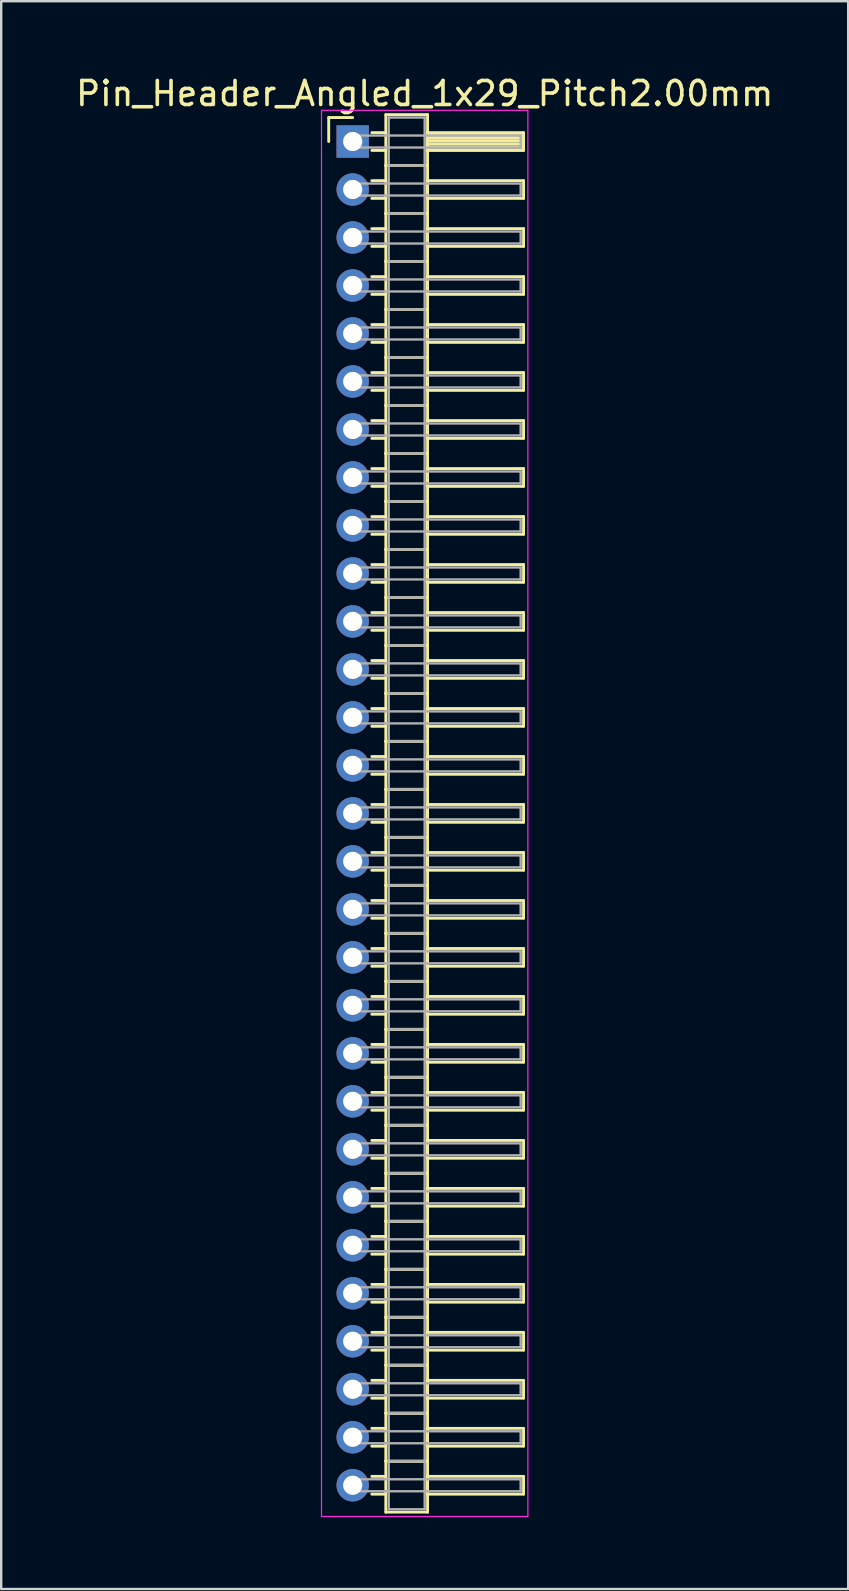
<source format=kicad_pcb>
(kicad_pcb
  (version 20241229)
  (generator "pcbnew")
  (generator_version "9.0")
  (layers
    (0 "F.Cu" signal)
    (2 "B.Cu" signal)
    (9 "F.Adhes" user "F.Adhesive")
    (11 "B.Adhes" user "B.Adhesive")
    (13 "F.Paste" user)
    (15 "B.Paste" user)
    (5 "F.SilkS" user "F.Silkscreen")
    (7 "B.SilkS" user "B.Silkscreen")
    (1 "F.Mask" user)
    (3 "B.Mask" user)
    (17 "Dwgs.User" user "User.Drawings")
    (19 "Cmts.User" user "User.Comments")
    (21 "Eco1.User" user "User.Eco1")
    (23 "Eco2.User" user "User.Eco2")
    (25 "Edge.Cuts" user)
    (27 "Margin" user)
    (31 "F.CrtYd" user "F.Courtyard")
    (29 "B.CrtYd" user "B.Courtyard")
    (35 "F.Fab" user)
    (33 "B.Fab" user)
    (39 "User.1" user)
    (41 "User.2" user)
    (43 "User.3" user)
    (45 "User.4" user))
  (footprint "Pin_Header_Angled_1x29_Pitch2.00mm"
    (layer "F.Cu")
    (at 11.649 2.848)
    (property "Reference" "Pin_Header_Angled_1x29_Pitch2.00mm" (at 3 -2 0) (layer "F.SilkS") (effects (font (size 1 1) (thickness 0.15))))
    (attr through_hole)
    (fp_line (start -1 -1) (end 0 -1) (stroke (width 0.12) (type solid)) (layer "F.SilkS"))
    (fp_line (start -1 0) (end -1 -1) (stroke (width 0.12) (type solid)) (layer "F.SilkS"))
    (fp_line (start 0.795 -0.37) (end 1.38 -0.37) (stroke (width 0.12) (type solid)) (layer "F.SilkS"))
    (fp_line (start 0.795 0.37) (end 1.38 0.37) (stroke (width 0.12) (type solid)) (layer "F.SilkS"))
    (fp_line (start 0.795 1.63) (end 1.38 1.63) (stroke (width 0.12) (type solid)) (layer "F.SilkS"))
    (fp_line (start 0.795 2.37) (end 1.38 2.37) (stroke (width 0.12) (type solid)) (layer "F.SilkS"))
    (fp_line (start 0.795 3.63) (end 1.38 3.63) (stroke (width 0.12) (type solid)) (layer "F.SilkS"))
    (fp_line (start 0.795 4.37) (end 1.38 4.37) (stroke (width 0.12) (type solid)) (layer "F.SilkS"))
    (fp_line (start 0.795 5.63) (end 1.38 5.63) (stroke (width 0.12) (type solid)) (layer "F.SilkS"))
    (fp_line (start 0.795 6.37) (end 1.38 6.37) (stroke (width 0.12) (type solid)) (layer "F.SilkS"))
    (fp_line (start 0.795 7.63) (end 1.38 7.63) (stroke (width 0.12) (type solid)) (layer "F.SilkS"))
    (fp_line (start 0.795 8.37) (end 1.38 8.37) (stroke (width 0.12) (type solid)) (layer "F.SilkS"))
    (fp_line (start 0.795 9.63) (end 1.38 9.63) (stroke (width 0.12) (type solid)) (layer "F.SilkS"))
    (fp_line (start 0.795 10.37) (end 1.38 10.37) (stroke (width 0.12) (type solid)) (layer "F.SilkS"))
    (fp_line (start 0.795 11.63) (end 1.38 11.63) (stroke (width 0.12) (type solid)) (layer "F.SilkS"))
    (fp_line (start 0.795 12.37) (end 1.38 12.37) (stroke (width 0.12) (type solid)) (layer "F.SilkS"))
    (fp_line (start 0.795 13.63) (end 1.38 13.63) (stroke (width 0.12) (type solid)) (layer "F.SilkS"))
    (fp_line (start 0.795 14.37) (end 1.38 14.37) (stroke (width 0.12) (type solid)) (layer "F.SilkS"))
    (fp_line (start 0.795 15.63) (end 1.38 15.63) (stroke (width 0.12) (type solid)) (layer "F.SilkS"))
    (fp_line (start 0.795 16.37) (end 1.38 16.37) (stroke (width 0.12) (type solid)) (layer "F.SilkS"))
    (fp_line (start 0.795 17.63) (end 1.38 17.63) (stroke (width 0.12) (type solid)) (layer "F.SilkS"))
    (fp_line (start 0.795 18.37) (end 1.38 18.37) (stroke (width 0.12) (type solid)) (layer "F.SilkS"))
    (fp_line (start 0.795 19.63) (end 1.38 19.63) (stroke (width 0.12) (type solid)) (layer "F.SilkS"))
    (fp_line (start 0.795 20.37) (end 1.38 20.37) (stroke (width 0.12) (type solid)) (layer "F.SilkS"))
    (fp_line (start 0.795 21.63) (end 1.38 21.63) (stroke (width 0.12) (type solid)) (layer "F.SilkS"))
    (fp_line (start 0.795 22.37) (end 1.38 22.37) (stroke (width 0.12) (type solid)) (layer "F.SilkS"))
    (fp_line (start 0.795 23.63) (end 1.38 23.63) (stroke (width 0.12) (type solid)) (layer "F.SilkS"))
    (fp_line (start 0.795 24.37) (end 1.38 24.37) (stroke (width 0.12) (type solid)) (layer "F.SilkS"))
    (fp_line (start 0.795 25.63) (end 1.38 25.63) (stroke (width 0.12) (type solid)) (layer "F.SilkS"))
    (fp_line (start 0.795 26.37) (end 1.38 26.37) (stroke (width 0.12) (type solid)) (layer "F.SilkS"))
    (fp_line (start 0.795 27.63) (end 1.38 27.63) (stroke (width 0.12) (type solid)) (layer "F.SilkS"))
    (fp_line (start 0.795 28.37) (end 1.38 28.37) (stroke (width 0.12) (type solid)) (layer "F.SilkS"))
    (fp_line (start 0.795 29.63) (end 1.38 29.63) (stroke (width 0.12) (type solid)) (layer "F.SilkS"))
    (fp_line (start 0.795 30.37) (end 1.38 30.37) (stroke (width 0.12) (type solid)) (layer "F.SilkS"))
    (fp_line (start 0.795 31.63) (end 1.38 31.63) (stroke (width 0.12) (type solid)) (layer "F.SilkS"))
    (fp_line (start 0.795 32.37) (end 1.38 32.37) (stroke (width 0.12) (type solid)) (layer "F.SilkS"))
    (fp_line (start 0.795 33.63) (end 1.38 33.63) (stroke (width 0.12) (type solid)) (layer "F.SilkS"))
    (fp_line (start 0.795 34.37) (end 1.38 34.37) (stroke (width 0.12) (type solid)) (layer "F.SilkS"))
    (fp_line (start 0.795 35.63) (end 1.38 35.63) (stroke (width 0.12) (type solid)) (layer "F.SilkS"))
    (fp_line (start 0.795 36.37) (end 1.38 36.37) (stroke (width 0.12) (type solid)) (layer "F.SilkS"))
    (fp_line (start 0.795 37.63) (end 1.38 37.63) (stroke (width 0.12) (type solid)) (layer "F.SilkS"))
    (fp_line (start 0.795 38.37) (end 1.38 38.37) (stroke (width 0.12) (type solid)) (layer "F.SilkS"))
    (fp_line (start 0.795 39.63) (end 1.38 39.63) (stroke (width 0.12) (type solid)) (layer "F.SilkS"))
    (fp_line (start 0.795 40.37) (end 1.38 40.37) (stroke (width 0.12) (type solid)) (layer "F.SilkS"))
    (fp_line (start 0.795 41.63) (end 1.38 41.63) (stroke (width 0.12) (type solid)) (layer "F.SilkS"))
    (fp_line (start 0.795 42.37) (end 1.38 42.37) (stroke (width 0.12) (type solid)) (layer "F.SilkS"))
    (fp_line (start 0.795 43.63) (end 1.38 43.63) (stroke (width 0.12) (type solid)) (layer "F.SilkS"))
    (fp_line (start 0.795 44.37) (end 1.38 44.37) (stroke (width 0.12) (type solid)) (layer "F.SilkS"))
    (fp_line (start 0.795 45.63) (end 1.38 45.63) (stroke (width 0.12) (type solid)) (layer "F.SilkS"))
    (fp_line (start 0.795 46.37) (end 1.38 46.37) (stroke (width 0.12) (type solid)) (layer "F.SilkS"))
    (fp_line (start 0.795 47.63) (end 1.38 47.63) (stroke (width 0.12) (type solid)) (layer "F.SilkS"))
    (fp_line (start 0.795 48.37) (end 1.38 48.37) (stroke (width 0.12) (type solid)) (layer "F.SilkS"))
    (fp_line (start 0.795 49.63) (end 1.38 49.63) (stroke (width 0.12) (type solid)) (layer "F.SilkS"))
    (fp_line (start 0.795 50.37) (end 1.38 50.37) (stroke (width 0.12) (type solid)) (layer "F.SilkS"))
    (fp_line (start 0.795 51.63) (end 1.38 51.63) (stroke (width 0.12) (type solid)) (layer "F.SilkS"))
    (fp_line (start 0.795 52.37) (end 1.38 52.37) (stroke (width 0.12) (type solid)) (layer "F.SilkS"))
    (fp_line (start 0.795 53.63) (end 1.38 53.63) (stroke (width 0.12) (type solid)) (layer "F.SilkS"))
    (fp_line (start 0.795 54.37) (end 1.38 54.37) (stroke (width 0.12) (type solid)) (layer "F.SilkS"))
    (fp_line (start 0.795 55.63) (end 1.38 55.63) (stroke (width 0.12) (type solid)) (layer "F.SilkS"))
    (fp_line (start 0.795 56.37) (end 1.38 56.37) (stroke (width 0.12) (type solid)) (layer "F.SilkS"))
    (fp_line (start 1.38 -1.12) (end 1.38 1) (stroke (width 0.12) (type solid)) (layer "F.SilkS"))
    (fp_line (start 1.38 1) (end 1.38 3) (stroke (width 0.12) (type solid)) (layer "F.SilkS"))
    (fp_line (start 1.38 1) (end 3.12 1) (stroke (width 0.12) (type solid)) (layer "F.SilkS"))
    (fp_line (start 1.38 3) (end 1.38 5) (stroke (width 0.12) (type solid)) (layer "F.SilkS"))
    (fp_line (start 1.38 3) (end 3.12 3) (stroke (width 0.12) (type solid)) (layer "F.SilkS"))
    (fp_line (start 1.38 5) (end 1.38 7) (stroke (width 0.12) (type solid)) (layer "F.SilkS"))
    (fp_line (start 1.38 5) (end 3.12 5) (stroke (width 0.12) (type solid)) (layer "F.SilkS"))
    (fp_line (start 1.38 7) (end 1.38 9) (stroke (width 0.12) (type solid)) (layer "F.SilkS"))
    (fp_line (start 1.38 7) (end 3.12 7) (stroke (width 0.12) (type solid)) (layer "F.SilkS"))
    (fp_line (start 1.38 9) (end 1.38 11) (stroke (width 0.12) (type solid)) (layer "F.SilkS"))
    (fp_line (start 1.38 9) (end 3.12 9) (stroke (width 0.12) (type solid)) (layer "F.SilkS"))
    (fp_line (start 1.38 11) (end 1.38 13) (stroke (width 0.12) (type solid)) (layer "F.SilkS"))
    (fp_line (start 1.38 11) (end 3.12 11) (stroke (width 0.12) (type solid)) (layer "F.SilkS"))
    (fp_line (start 1.38 13) (end 1.38 15) (stroke (width 0.12) (type solid)) (layer "F.SilkS"))
    (fp_line (start 1.38 13) (end 3.12 13) (stroke (width 0.12) (type solid)) (layer "F.SilkS"))
    (fp_line (start 1.38 15) (end 1.38 17) (stroke (width 0.12) (type solid)) (layer "F.SilkS"))
    (fp_line (start 1.38 15) (end 3.12 15) (stroke (width 0.12) (type solid)) (layer "F.SilkS"))
    (fp_line (start 1.38 17) (end 1.38 19) (stroke (width 0.12) (type solid)) (layer "F.SilkS"))
    (fp_line (start 1.38 17) (end 3.12 17) (stroke (width 0.12) (type solid)) (layer "F.SilkS"))
    (fp_line (start 1.38 19) (end 1.38 21) (stroke (width 0.12) (type solid)) (layer "F.SilkS"))
    (fp_line (start 1.38 19) (end 3.12 19) (stroke (width 0.12) (type solid)) (layer "F.SilkS"))
    (fp_line (start 1.38 21) (end 1.38 23) (stroke (width 0.12) (type solid)) (layer "F.SilkS"))
    (fp_line (start 1.38 21) (end 3.12 21) (stroke (width 0.12) (type solid)) (layer "F.SilkS"))
    (fp_line (start 1.38 23) (end 1.38 25) (stroke (width 0.12) (type solid)) (layer "F.SilkS"))
    (fp_line (start 1.38 23) (end 3.12 23) (stroke (width 0.12) (type solid)) (layer "F.SilkS"))
    (fp_line (start 1.38 25) (end 1.38 27) (stroke (width 0.12) (type solid)) (layer "F.SilkS"))
    (fp_line (start 1.38 25) (end 3.12 25) (stroke (width 0.12) (type solid)) (layer "F.SilkS"))
    (fp_line (start 1.38 27) (end 1.38 29) (stroke (width 0.12) (type solid)) (layer "F.SilkS"))
    (fp_line (start 1.38 27) (end 3.12 27) (stroke (width 0.12) (type solid)) (layer "F.SilkS"))
    (fp_line (start 1.38 29) (end 1.38 31) (stroke (width 0.12) (type solid)) (layer "F.SilkS"))
    (fp_line (start 1.38 29) (end 3.12 29) (stroke (width 0.12) (type solid)) (layer "F.SilkS"))
    (fp_line (start 1.38 31) (end 1.38 33) (stroke (width 0.12) (type solid)) (layer "F.SilkS"))
    (fp_line (start 1.38 31) (end 3.12 31) (stroke (width 0.12) (type solid)) (layer "F.SilkS"))
    (fp_line (start 1.38 33) (end 1.38 35) (stroke (width 0.12) (type solid)) (layer "F.SilkS"))
    (fp_line (start 1.38 33) (end 3.12 33) (stroke (width 0.12) (type solid)) (layer "F.SilkS"))
    (fp_line (start 1.38 35) (end 1.38 37) (stroke (width 0.12) (type solid)) (layer "F.SilkS"))
    (fp_line (start 1.38 35) (end 3.12 35) (stroke (width 0.12) (type solid)) (layer "F.SilkS"))
    (fp_line (start 1.38 37) (end 1.38 39) (stroke (width 0.12) (type solid)) (layer "F.SilkS"))
    (fp_line (start 1.38 37) (end 3.12 37) (stroke (width 0.12) (type solid)) (layer "F.SilkS"))
    (fp_line (start 1.38 39) (end 1.38 41) (stroke (width 0.12) (type solid)) (layer "F.SilkS"))
    (fp_line (start 1.38 39) (end 3.12 39) (stroke (width 0.12) (type solid)) (layer "F.SilkS"))
    (fp_line (start 1.38 41) (end 1.38 43) (stroke (width 0.12) (type solid)) (layer "F.SilkS"))
    (fp_line (start 1.38 41) (end 3.12 41) (stroke (width 0.12) (type solid)) (layer "F.SilkS"))
    (fp_line (start 1.38 43) (end 1.38 45) (stroke (width 0.12) (type solid)) (layer "F.SilkS"))
    (fp_line (start 1.38 43) (end 3.12 43) (stroke (width 0.12) (type solid)) (layer "F.SilkS"))
    (fp_line (start 1.38 45) (end 1.38 47) (stroke (width 0.12) (type solid)) (layer "F.SilkS"))
    (fp_line (start 1.38 45) (end 3.12 45) (stroke (width 0.12) (type solid)) (layer "F.SilkS"))
    (fp_line (start 1.38 47) (end 1.38 49) (stroke (width 0.12) (type solid)) (layer "F.SilkS"))
    (fp_line (start 1.38 47) (end 3.12 47) (stroke (width 0.12) (type solid)) (layer "F.SilkS"))
    (fp_line (start 1.38 49) (end 1.38 51) (stroke (width 0.12) (type solid)) (layer "F.SilkS"))
    (fp_line (start 1.38 49) (end 3.12 49) (stroke (width 0.12) (type solid)) (layer "F.SilkS"))
    (fp_line (start 1.38 51) (end 1.38 53) (stroke (width 0.12) (type solid)) (layer "F.SilkS"))
    (fp_line (start 1.38 51) (end 3.12 51) (stroke (width 0.12) (type solid)) (layer "F.SilkS"))
    (fp_line (start 1.38 53) (end 1.38 55) (stroke (width 0.12) (type solid)) (layer "F.SilkS"))
    (fp_line (start 1.38 53) (end 3.12 53) (stroke (width 0.12) (type solid)) (layer "F.SilkS"))
    (fp_line (start 1.38 55) (end 1.38 57.12) (stroke (width 0.12) (type solid)) (layer "F.SilkS"))
    (fp_line (start 1.38 55) (end 3.12 55) (stroke (width 0.12) (type solid)) (layer "F.SilkS"))
    (fp_line (start 1.38 57.12) (end 3.12 57.12) (stroke (width 0.12) (type solid)) (layer "F.SilkS"))
    (fp_line (start 3.12 -1.12) (end 1.38 -1.12) (stroke (width 0.12) (type solid)) (layer "F.SilkS"))
    (fp_line (start 3.12 -0.37) (end 3.12 0.37) (stroke (width 0.12) (type solid)) (layer "F.SilkS"))
    (fp_line (start 3.12 -0.25) (end 7.12 -0.25) (stroke (width 0.12) (type solid)) (layer "F.SilkS"))
    (fp_line (start 3.12 -0.13) (end 7.12 -0.13) (stroke (width 0.12) (type solid)) (layer "F.SilkS"))
    (fp_line (start 3.12 -0.01) (end 7.12 -0.01) (stroke (width 0.12) (type solid)) (layer "F.SilkS"))
    (fp_line (start 3.12 0.11) (end 7.12 0.11) (stroke (width 0.12) (type solid)) (layer "F.SilkS"))
    (fp_line (start 3.12 0.23) (end 7.12 0.23) (stroke (width 0.12) (type solid)) (layer "F.SilkS"))
    (fp_line (start 3.12 0.35) (end 7.12 0.35) (stroke (width 0.12) (type solid)) (layer "F.SilkS"))
    (fp_line (start 3.12 0.37) (end 7.12 0.37) (stroke (width 0.12) (type solid)) (layer "F.SilkS"))
    (fp_line (start 3.12 1) (end 1.38 1) (stroke (width 0.12) (type solid)) (layer "F.SilkS"))
    (fp_line (start 3.12 1) (end 3.12 -1.12) (stroke (width 0.12) (type solid)) (layer "F.SilkS"))
    (fp_line (start 3.12 1.63) (end 3.12 2.37) (stroke (width 0.12) (type solid)) (layer "F.SilkS"))
    (fp_line (start 3.12 2.37) (end 7.12 2.37) (stroke (width 0.12) (type solid)) (layer "F.SilkS"))
    (fp_line (start 3.12 3) (end 1.38 3) (stroke (width 0.12) (type solid)) (layer "F.SilkS"))
    (fp_line (start 3.12 3) (end 3.12 1) (stroke (width 0.12) (type solid)) (layer "F.SilkS"))
    (fp_line (start 3.12 3.63) (end 3.12 4.37) (stroke (width 0.12) (type solid)) (layer "F.SilkS"))
    (fp_line (start 3.12 4.37) (end 7.12 4.37) (stroke (width 0.12) (type solid)) (layer "F.SilkS"))
    (fp_line (start 3.12 5) (end 1.38 5) (stroke (width 0.12) (type solid)) (layer "F.SilkS"))
    (fp_line (start 3.12 5) (end 3.12 3) (stroke (width 0.12) (type solid)) (layer "F.SilkS"))
    (fp_line (start 3.12 5.63) (end 3.12 6.37) (stroke (width 0.12) (type solid)) (layer "F.SilkS"))
    (fp_line (start 3.12 6.37) (end 7.12 6.37) (stroke (width 0.12) (type solid)) (layer "F.SilkS"))
    (fp_line (start 3.12 7) (end 1.38 7) (stroke (width 0.12) (type solid)) (layer "F.SilkS"))
    (fp_line (start 3.12 7) (end 3.12 5) (stroke (width 0.12) (type solid)) (layer "F.SilkS"))
    (fp_line (start 3.12 7.63) (end 3.12 8.37) (stroke (width 0.12) (type solid)) (layer "F.SilkS"))
    (fp_line (start 3.12 8.37) (end 7.12 8.37) (stroke (width 0.12) (type solid)) (layer "F.SilkS"))
    (fp_line (start 3.12 9) (end 1.38 9) (stroke (width 0.12) (type solid)) (layer "F.SilkS"))
    (fp_line (start 3.12 9) (end 3.12 7) (stroke (width 0.12) (type solid)) (layer "F.SilkS"))
    (fp_line (start 3.12 9.63) (end 3.12 10.37) (stroke (width 0.12) (type solid)) (layer "F.SilkS"))
    (fp_line (start 3.12 10.37) (end 7.12 10.37) (stroke (width 0.12) (type solid)) (layer "F.SilkS"))
    (fp_line (start 3.12 11) (end 1.38 11) (stroke (width 0.12) (type solid)) (layer "F.SilkS"))
    (fp_line (start 3.12 11) (end 3.12 9) (stroke (width 0.12) (type solid)) (layer "F.SilkS"))
    (fp_line (start 3.12 11.63) (end 3.12 12.37) (stroke (width 0.12) (type solid)) (layer "F.SilkS"))
    (fp_line (start 3.12 12.37) (end 7.12 12.37) (stroke (width 0.12) (type solid)) (layer "F.SilkS"))
    (fp_line (start 3.12 13) (end 1.38 13) (stroke (width 0.12) (type solid)) (layer "F.SilkS"))
    (fp_line (start 3.12 13) (end 3.12 11) (stroke (width 0.12) (type solid)) (layer "F.SilkS"))
    (fp_line (start 3.12 13.63) (end 3.12 14.37) (stroke (width 0.12) (type solid)) (layer "F.SilkS"))
    (fp_line (start 3.12 14.37) (end 7.12 14.37) (stroke (width 0.12) (type solid)) (layer "F.SilkS"))
    (fp_line (start 3.12 15) (end 1.38 15) (stroke (width 0.12) (type solid)) (layer "F.SilkS"))
    (fp_line (start 3.12 15) (end 3.12 13) (stroke (width 0.12) (type solid)) (layer "F.SilkS"))
    (fp_line (start 3.12 15.63) (end 3.12 16.37) (stroke (width 0.12) (type solid)) (layer "F.SilkS"))
    (fp_line (start 3.12 16.37) (end 7.12 16.37) (stroke (width 0.12) (type solid)) (layer "F.SilkS"))
    (fp_line (start 3.12 17) (end 1.38 17) (stroke (width 0.12) (type solid)) (layer "F.SilkS"))
    (fp_line (start 3.12 17) (end 3.12 15) (stroke (width 0.12) (type solid)) (layer "F.SilkS"))
    (fp_line (start 3.12 17.63) (end 3.12 18.37) (stroke (width 0.12) (type solid)) (layer "F.SilkS"))
    (fp_line (start 3.12 18.37) (end 7.12 18.37) (stroke (width 0.12) (type solid)) (layer "F.SilkS"))
    (fp_line (start 3.12 19) (end 1.38 19) (stroke (width 0.12) (type solid)) (layer "F.SilkS"))
    (fp_line (start 3.12 19) (end 3.12 17) (stroke (width 0.12) (type solid)) (layer "F.SilkS"))
    (fp_line (start 3.12 19.63) (end 3.12 20.37) (stroke (width 0.12) (type solid)) (layer "F.SilkS"))
    (fp_line (start 3.12 20.37) (end 7.12 20.37) (stroke (width 0.12) (type solid)) (layer "F.SilkS"))
    (fp_line (start 3.12 21) (end 1.38 21) (stroke (width 0.12) (type solid)) (layer "F.SilkS"))
    (fp_line (start 3.12 21) (end 3.12 19) (stroke (width 0.12) (type solid)) (layer "F.SilkS"))
    (fp_line (start 3.12 21.63) (end 3.12 22.37) (stroke (width 0.12) (type solid)) (layer "F.SilkS"))
    (fp_line (start 3.12 22.37) (end 7.12 22.37) (stroke (width 0.12) (type solid)) (layer "F.SilkS"))
    (fp_line (start 3.12 23) (end 1.38 23) (stroke (width 0.12) (type solid)) (layer "F.SilkS"))
    (fp_line (start 3.12 23) (end 3.12 21) (stroke (width 0.12) (type solid)) (layer "F.SilkS"))
    (fp_line (start 3.12 23.63) (end 3.12 24.37) (stroke (width 0.12) (type solid)) (layer "F.SilkS"))
    (fp_line (start 3.12 24.37) (end 7.12 24.37) (stroke (width 0.12) (type solid)) (layer "F.SilkS"))
    (fp_line (start 3.12 25) (end 1.38 25) (stroke (width 0.12) (type solid)) (layer "F.SilkS"))
    (fp_line (start 3.12 25) (end 3.12 23) (stroke (width 0.12) (type solid)) (layer "F.SilkS"))
    (fp_line (start 3.12 25.63) (end 3.12 26.37) (stroke (width 0.12) (type solid)) (layer "F.SilkS"))
    (fp_line (start 3.12 26.37) (end 7.12 26.37) (stroke (width 0.12) (type solid)) (layer "F.SilkS"))
    (fp_line (start 3.12 27) (end 1.38 27) (stroke (width 0.12) (type solid)) (layer "F.SilkS"))
    (fp_line (start 3.12 27) (end 3.12 25) (stroke (width 0.12) (type solid)) (layer "F.SilkS"))
    (fp_line (start 3.12 27.63) (end 3.12 28.37) (stroke (width 0.12) (type solid)) (layer "F.SilkS"))
    (fp_line (start 3.12 28.37) (end 7.12 28.37) (stroke (width 0.12) (type solid)) (layer "F.SilkS"))
    (fp_line (start 3.12 29) (end 1.38 29) (stroke (width 0.12) (type solid)) (layer "F.SilkS"))
    (fp_line (start 3.12 29) (end 3.12 27) (stroke (width 0.12) (type solid)) (layer "F.SilkS"))
    (fp_line (start 3.12 29.63) (end 3.12 30.37) (stroke (width 0.12) (type solid)) (layer "F.SilkS"))
    (fp_line (start 3.12 30.37) (end 7.12 30.37) (stroke (width 0.12) (type solid)) (layer "F.SilkS"))
    (fp_line (start 3.12 31) (end 1.38 31) (stroke (width 0.12) (type solid)) (layer "F.SilkS"))
    (fp_line (start 3.12 31) (end 3.12 29) (stroke (width 0.12) (type solid)) (layer "F.SilkS"))
    (fp_line (start 3.12 31.63) (end 3.12 32.37) (stroke (width 0.12) (type solid)) (layer "F.SilkS"))
    (fp_line (start 3.12 32.37) (end 7.12 32.37) (stroke (width 0.12) (type solid)) (layer "F.SilkS"))
    (fp_line (start 3.12 33) (end 1.38 33) (stroke (width 0.12) (type solid)) (layer "F.SilkS"))
    (fp_line (start 3.12 33) (end 3.12 31) (stroke (width 0.12) (type solid)) (layer "F.SilkS"))
    (fp_line (start 3.12 33.63) (end 3.12 34.37) (stroke (width 0.12) (type solid)) (layer "F.SilkS"))
    (fp_line (start 3.12 34.37) (end 7.12 34.37) (stroke (width 0.12) (type solid)) (layer "F.SilkS"))
    (fp_line (start 3.12 35) (end 1.38 35) (stroke (width 0.12) (type solid)) (layer "F.SilkS"))
    (fp_line (start 3.12 35) (end 3.12 33) (stroke (width 0.12) (type solid)) (layer "F.SilkS"))
    (fp_line (start 3.12 35.63) (end 3.12 36.37) (stroke (width 0.12) (type solid)) (layer "F.SilkS"))
    (fp_line (start 3.12 36.37) (end 7.12 36.37) (stroke (width 0.12) (type solid)) (layer "F.SilkS"))
    (fp_line (start 3.12 37) (end 1.38 37) (stroke (width 0.12) (type solid)) (layer "F.SilkS"))
    (fp_line (start 3.12 37) (end 3.12 35) (stroke (width 0.12) (type solid)) (layer "F.SilkS"))
    (fp_line (start 3.12 37.63) (end 3.12 38.37) (stroke (width 0.12) (type solid)) (layer "F.SilkS"))
    (fp_line (start 3.12 38.37) (end 7.12 38.37) (stroke (width 0.12) (type solid)) (layer "F.SilkS"))
    (fp_line (start 3.12 39) (end 1.38 39) (stroke (width 0.12) (type solid)) (layer "F.SilkS"))
    (fp_line (start 3.12 39) (end 3.12 37) (stroke (width 0.12) (type solid)) (layer "F.SilkS"))
    (fp_line (start 3.12 39.63) (end 3.12 40.37) (stroke (width 0.12) (type solid)) (layer "F.SilkS"))
    (fp_line (start 3.12 40.37) (end 7.12 40.37) (stroke (width 0.12) (type solid)) (layer "F.SilkS"))
    (fp_line (start 3.12 41) (end 1.38 41) (stroke (width 0.12) (type solid)) (layer "F.SilkS"))
    (fp_line (start 3.12 41) (end 3.12 39) (stroke (width 0.12) (type solid)) (layer "F.SilkS"))
    (fp_line (start 3.12 41.63) (end 3.12 42.37) (stroke (width 0.12) (type solid)) (layer "F.SilkS"))
    (fp_line (start 3.12 42.37) (end 7.12 42.37) (stroke (width 0.12) (type solid)) (layer "F.SilkS"))
    (fp_line (start 3.12 43) (end 1.38 43) (stroke (width 0.12) (type solid)) (layer "F.SilkS"))
    (fp_line (start 3.12 43) (end 3.12 41) (stroke (width 0.12) (type solid)) (layer "F.SilkS"))
    (fp_line (start 3.12 43.63) (end 3.12 44.37) (stroke (width 0.12) (type solid)) (layer "F.SilkS"))
    (fp_line (start 3.12 44.37) (end 7.12 44.37) (stroke (width 0.12) (type solid)) (layer "F.SilkS"))
    (fp_line (start 3.12 45) (end 1.38 45) (stroke (width 0.12) (type solid)) (layer "F.SilkS"))
    (fp_line (start 3.12 45) (end 3.12 43) (stroke (width 0.12) (type solid)) (layer "F.SilkS"))
    (fp_line (start 3.12 45.63) (end 3.12 46.37) (stroke (width 0.12) (type solid)) (layer "F.SilkS"))
    (fp_line (start 3.12 46.37) (end 7.12 46.37) (stroke (width 0.12) (type solid)) (layer "F.SilkS"))
    (fp_line (start 3.12 47) (end 1.38 47) (stroke (width 0.12) (type solid)) (layer "F.SilkS"))
    (fp_line (start 3.12 47) (end 3.12 45) (stroke (width 0.12) (type solid)) (layer "F.SilkS"))
    (fp_line (start 3.12 47.63) (end 3.12 48.37) (stroke (width 0.12) (type solid)) (layer "F.SilkS"))
    (fp_line (start 3.12 48.37) (end 7.12 48.37) (stroke (width 0.12) (type solid)) (layer "F.SilkS"))
    (fp_line (start 3.12 49) (end 1.38 49) (stroke (width 0.12) (type solid)) (layer "F.SilkS"))
    (fp_line (start 3.12 49) (end 3.12 47) (stroke (width 0.12) (type solid)) (layer "F.SilkS"))
    (fp_line (start 3.12 49.63) (end 3.12 50.37) (stroke (width 0.12) (type solid)) (layer "F.SilkS"))
    (fp_line (start 3.12 50.37) (end 7.12 50.37) (stroke (width 0.12) (type solid)) (layer "F.SilkS"))
    (fp_line (start 3.12 51) (end 1.38 51) (stroke (width 0.12) (type solid)) (layer "F.SilkS"))
    (fp_line (start 3.12 51) (end 3.12 49) (stroke (width 0.12) (type solid)) (layer "F.SilkS"))
    (fp_line (start 3.12 51.63) (end 3.12 52.37) (stroke (width 0.12) (type solid)) (layer "F.SilkS"))
    (fp_line (start 3.12 52.37) (end 7.12 52.37) (stroke (width 0.12) (type solid)) (layer "F.SilkS"))
    (fp_line (start 3.12 53) (end 1.38 53) (stroke (width 0.12) (type solid)) (layer "F.SilkS"))
    (fp_line (start 3.12 53) (end 3.12 51) (stroke (width 0.12) (type solid)) (layer "F.SilkS"))
    (fp_line (start 3.12 53.63) (end 3.12 54.37) (stroke (width 0.12) (type solid)) (layer "F.SilkS"))
    (fp_line (start 3.12 54.37) (end 7.12 54.37) (stroke (width 0.12) (type solid)) (layer "F.SilkS"))
    (fp_line (start 3.12 55) (end 1.38 55) (stroke (width 0.12) (type solid)) (layer "F.SilkS"))
    (fp_line (start 3.12 55) (end 3.12 53) (stroke (width 0.12) (type solid)) (layer "F.SilkS"))
    (fp_line (start 3.12 55.63) (end 3.12 56.37) (stroke (width 0.12) (type solid)) (layer "F.SilkS"))
    (fp_line (start 3.12 56.37) (end 7.12 56.37) (stroke (width 0.12) (type solid)) (layer "F.SilkS"))
    (fp_line (start 3.12 57.12) (end 3.12 55) (stroke (width 0.12) (type solid)) (layer "F.SilkS"))
    (fp_line (start 7.12 -0.37) (end 3.12 -0.37) (stroke (width 0.12) (type solid)) (layer "F.SilkS"))
    (fp_line (start 7.12 0.37) (end 7.12 -0.37) (stroke (width 0.12) (type solid)) (layer "F.SilkS"))
    (fp_line (start 7.12 1.63) (end 3.12 1.63) (stroke (width 0.12) (type solid)) (layer "F.SilkS"))
    (fp_line (start 7.12 2.37) (end 7.12 1.63) (stroke (width 0.12) (type solid)) (layer "F.SilkS"))
    (fp_line (start 7.12 3.63) (end 3.12 3.63) (stroke (width 0.12) (type solid)) (layer "F.SilkS"))
    (fp_line (start 7.12 4.37) (end 7.12 3.63) (stroke (width 0.12) (type solid)) (layer "F.SilkS"))
    (fp_line (start 7.12 5.63) (end 3.12 5.63) (stroke (width 0.12) (type solid)) (layer "F.SilkS"))
    (fp_line (start 7.12 6.37) (end 7.12 5.63) (stroke (width 0.12) (type solid)) (layer "F.SilkS"))
    (fp_line (start 7.12 7.63) (end 3.12 7.63) (stroke (width 0.12) (type solid)) (layer "F.SilkS"))
    (fp_line (start 7.12 8.37) (end 7.12 7.63) (stroke (width 0.12) (type solid)) (layer "F.SilkS"))
    (fp_line (start 7.12 9.63) (end 3.12 9.63) (stroke (width 0.12) (type solid)) (layer "F.SilkS"))
    (fp_line (start 7.12 10.37) (end 7.12 9.63) (stroke (width 0.12) (type solid)) (layer "F.SilkS"))
    (fp_line (start 7.12 11.63) (end 3.12 11.63) (stroke (width 0.12) (type solid)) (layer "F.SilkS"))
    (fp_line (start 7.12 12.37) (end 7.12 11.63) (stroke (width 0.12) (type solid)) (layer "F.SilkS"))
    (fp_line (start 7.12 13.63) (end 3.12 13.63) (stroke (width 0.12) (type solid)) (layer "F.SilkS"))
    (fp_line (start 7.12 14.37) (end 7.12 13.63) (stroke (width 0.12) (type solid)) (layer "F.SilkS"))
    (fp_line (start 7.12 15.63) (end 3.12 15.63) (stroke (width 0.12) (type solid)) (layer "F.SilkS"))
    (fp_line (start 7.12 16.37) (end 7.12 15.63) (stroke (width 0.12) (type solid)) (layer "F.SilkS"))
    (fp_line (start 7.12 17.63) (end 3.12 17.63) (stroke (width 0.12) (type solid)) (layer "F.SilkS"))
    (fp_line (start 7.12 18.37) (end 7.12 17.63) (stroke (width 0.12) (type solid)) (layer "F.SilkS"))
    (fp_line (start 7.12 19.63) (end 3.12 19.63) (stroke (width 0.12) (type solid)) (layer "F.SilkS"))
    (fp_line (start 7.12 20.37) (end 7.12 19.63) (stroke (width 0.12) (type solid)) (layer "F.SilkS"))
    (fp_line (start 7.12 21.63) (end 3.12 21.63) (stroke (width 0.12) (type solid)) (layer "F.SilkS"))
    (fp_line (start 7.12 22.37) (end 7.12 21.63) (stroke (width 0.12) (type solid)) (layer "F.SilkS"))
    (fp_line (start 7.12 23.63) (end 3.12 23.63) (stroke (width 0.12) (type solid)) (layer "F.SilkS"))
    (fp_line (start 7.12 24.37) (end 7.12 23.63) (stroke (width 0.12) (type solid)) (layer "F.SilkS"))
    (fp_line (start 7.12 25.63) (end 3.12 25.63) (stroke (width 0.12) (type solid)) (layer "F.SilkS"))
    (fp_line (start 7.12 26.37) (end 7.12 25.63) (stroke (width 0.12) (type solid)) (layer "F.SilkS"))
    (fp_line (start 7.12 27.63) (end 3.12 27.63) (stroke (width 0.12) (type solid)) (layer "F.SilkS"))
    (fp_line (start 7.12 28.37) (end 7.12 27.63) (stroke (width 0.12) (type solid)) (layer "F.SilkS"))
    (fp_line (start 7.12 29.63) (end 3.12 29.63) (stroke (width 0.12) (type solid)) (layer "F.SilkS"))
    (fp_line (start 7.12 30.37) (end 7.12 29.63) (stroke (width 0.12) (type solid)) (layer "F.SilkS"))
    (fp_line (start 7.12 31.63) (end 3.12 31.63) (stroke (width 0.12) (type solid)) (layer "F.SilkS"))
    (fp_line (start 7.12 32.37) (end 7.12 31.63) (stroke (width 0.12) (type solid)) (layer "F.SilkS"))
    (fp_line (start 7.12 33.63) (end 3.12 33.63) (stroke (width 0.12) (type solid)) (layer "F.SilkS"))
    (fp_line (start 7.12 34.37) (end 7.12 33.63) (stroke (width 0.12) (type solid)) (layer "F.SilkS"))
    (fp_line (start 7.12 35.63) (end 3.12 35.63) (stroke (width 0.12) (type solid)) (layer "F.SilkS"))
    (fp_line (start 7.12 36.37) (end 7.12 35.63) (stroke (width 0.12) (type solid)) (layer "F.SilkS"))
    (fp_line (start 7.12 37.63) (end 3.12 37.63) (stroke (width 0.12) (type solid)) (layer "F.SilkS"))
    (fp_line (start 7.12 38.37) (end 7.12 37.63) (stroke (width 0.12) (type solid)) (layer "F.SilkS"))
    (fp_line (start 7.12 39.63) (end 3.12 39.63) (stroke (width 0.12) (type solid)) (layer "F.SilkS"))
    (fp_line (start 7.12 40.37) (end 7.12 39.63) (stroke (width 0.12) (type solid)) (layer "F.SilkS"))
    (fp_line (start 7.12 41.63) (end 3.12 41.63) (stroke (width 0.12) (type solid)) (layer "F.SilkS"))
    (fp_line (start 7.12 42.37) (end 7.12 41.63) (stroke (width 0.12) (type solid)) (layer "F.SilkS"))
    (fp_line (start 7.12 43.63) (end 3.12 43.63) (stroke (width 0.12) (type solid)) (layer "F.SilkS"))
    (fp_line (start 7.12 44.37) (end 7.12 43.63) (stroke (width 0.12) (type solid)) (layer "F.SilkS"))
    (fp_line (start 7.12 45.63) (end 3.12 45.63) (stroke (width 0.12) (type solid)) (layer "F.SilkS"))
    (fp_line (start 7.12 46.37) (end 7.12 45.63) (stroke (width 0.12) (type solid)) (layer "F.SilkS"))
    (fp_line (start 7.12 47.63) (end 3.12 47.63) (stroke (width 0.12) (type solid)) (layer "F.SilkS"))
    (fp_line (start 7.12 48.37) (end 7.12 47.63) (stroke (width 0.12) (type solid)) (layer "F.SilkS"))
    (fp_line (start 7.12 49.63) (end 3.12 49.63) (stroke (width 0.12) (type solid)) (layer "F.SilkS"))
    (fp_line (start 7.12 50.37) (end 7.12 49.63) (stroke (width 0.12) (type solid)) (layer "F.SilkS"))
    (fp_line (start 7.12 51.63) (end 3.12 51.63) (stroke (width 0.12) (type solid)) (layer "F.SilkS"))
    (fp_line (start 7.12 52.37) (end 7.12 51.63) (stroke (width 0.12) (type solid)) (layer "F.SilkS"))
    (fp_line (start 7.12 53.63) (end 3.12 53.63) (stroke (width 0.12) (type solid)) (layer "F.SilkS"))
    (fp_line (start 7.12 54.37) (end 7.12 53.63) (stroke (width 0.12) (type solid)) (layer "F.SilkS"))
    (fp_line (start 7.12 55.63) (end 3.12 55.63) (stroke (width 0.12) (type solid)) (layer "F.SilkS"))
    (fp_line (start 7.12 56.37) (end 7.12 55.63) (stroke (width 0.12) (type solid)) (layer "F.SilkS"))
    (fp_line (start -1.3 -1.3) (end -1.3 57.3) (stroke (width 0.05) (type solid)) (layer "F.CrtYd"))
    (fp_line (start -1.3 57.3) (end 7.3 57.3) (stroke (width 0.05) (type solid)) (layer "F.CrtYd"))
    (fp_line (start 7.3 -1.3) (end -1.3 -1.3) (stroke (width 0.05) (type solid)) (layer "F.CrtYd"))
    (fp_line (start 7.3 57.3) (end 7.3 -1.3) (stroke (width 0.05) (type solid)) (layer "F.CrtYd"))
    (fp_line (start 0 -0.25) (end 0 0.25) (stroke (width 0.1) (type solid)) (layer "F.Fab"))
    (fp_line (start 0 0.25) (end 7 0.25) (stroke (width 0.1) (type solid)) (layer "F.Fab"))
    (fp_line (start 0 1.75) (end 0 2.25) (stroke (width 0.1) (type solid)) (layer "F.Fab"))
    (fp_line (start 0 2.25) (end 7 2.25) (stroke (width 0.1) (type solid)) (layer "F.Fab"))
    (fp_line (start 0 3.75) (end 0 4.25) (stroke (width 0.1) (type solid)) (layer "F.Fab"))
    (fp_line (start 0 4.25) (end 7 4.25) (stroke (width 0.1) (type solid)) (layer "F.Fab"))
    (fp_line (start 0 5.75) (end 0 6.25) (stroke (width 0.1) (type solid)) (layer "F.Fab"))
    (fp_line (start 0 6.25) (end 7 6.25) (stroke (width 0.1) (type solid)) (layer "F.Fab"))
    (fp_line (start 0 7.75) (end 0 8.25) (stroke (width 0.1) (type solid)) (layer "F.Fab"))
    (fp_line (start 0 8.25) (end 7 8.25) (stroke (width 0.1) (type solid)) (layer "F.Fab"))
    (fp_line (start 0 9.75) (end 0 10.25) (stroke (width 0.1) (type solid)) (layer "F.Fab"))
    (fp_line (start 0 10.25) (end 7 10.25) (stroke (width 0.1) (type solid)) (layer "F.Fab"))
    (fp_line (start 0 11.75) (end 0 12.25) (stroke (width 0.1) (type solid)) (layer "F.Fab"))
    (fp_line (start 0 12.25) (end 7 12.25) (stroke (width 0.1) (type solid)) (layer "F.Fab"))
    (fp_line (start 0 13.75) (end 0 14.25) (stroke (width 0.1) (type solid)) (layer "F.Fab"))
    (fp_line (start 0 14.25) (end 7 14.25) (stroke (width 0.1) (type solid)) (layer "F.Fab"))
    (fp_line (start 0 15.75) (end 0 16.25) (stroke (width 0.1) (type solid)) (layer "F.Fab"))
    (fp_line (start 0 16.25) (end 7 16.25) (stroke (width 0.1) (type solid)) (layer "F.Fab"))
    (fp_line (start 0 17.75) (end 0 18.25) (stroke (width 0.1) (type solid)) (layer "F.Fab"))
    (fp_line (start 0 18.25) (end 7 18.25) (stroke (width 0.1) (type solid)) (layer "F.Fab"))
    (fp_line (start 0 19.75) (end 0 20.25) (stroke (width 0.1) (type solid)) (layer "F.Fab"))
    (fp_line (start 0 20.25) (end 7 20.25) (stroke (width 0.1) (type solid)) (layer "F.Fab"))
    (fp_line (start 0 21.75) (end 0 22.25) (stroke (width 0.1) (type solid)) (layer "F.Fab"))
    (fp_line (start 0 22.25) (end 7 22.25) (stroke (width 0.1) (type solid)) (layer "F.Fab"))
    (fp_line (start 0 23.75) (end 0 24.25) (stroke (width 0.1) (type solid)) (layer "F.Fab"))
    (fp_line (start 0 24.25) (end 7 24.25) (stroke (width 0.1) (type solid)) (layer "F.Fab"))
    (fp_line (start 0 25.75) (end 0 26.25) (stroke (width 0.1) (type solid)) (layer "F.Fab"))
    (fp_line (start 0 26.25) (end 7 26.25) (stroke (width 0.1) (type solid)) (layer "F.Fab"))
    (fp_line (start 0 27.75) (end 0 28.25) (stroke (width 0.1) (type solid)) (layer "F.Fab"))
    (fp_line (start 0 28.25) (end 7 28.25) (stroke (width 0.1) (type solid)) (layer "F.Fab"))
    (fp_line (start 0 29.75) (end 0 30.25) (stroke (width 0.1) (type solid)) (layer "F.Fab"))
    (fp_line (start 0 30.25) (end 7 30.25) (stroke (width 0.1) (type solid)) (layer "F.Fab"))
    (fp_line (start 0 31.75) (end 0 32.25) (stroke (width 0.1) (type solid)) (layer "F.Fab"))
    (fp_line (start 0 32.25) (end 7 32.25) (stroke (width 0.1) (type solid)) (layer "F.Fab"))
    (fp_line (start 0 33.75) (end 0 34.25) (stroke (width 0.1) (type solid)) (layer "F.Fab"))
    (fp_line (start 0 34.25) (end 7 34.25) (stroke (width 0.1) (type solid)) (layer "F.Fab"))
    (fp_line (start 0 35.75) (end 0 36.25) (stroke (width 0.1) (type solid)) (layer "F.Fab"))
    (fp_line (start 0 36.25) (end 7 36.25) (stroke (width 0.1) (type solid)) (layer "F.Fab"))
    (fp_line (start 0 37.75) (end 0 38.25) (stroke (width 0.1) (type solid)) (layer "F.Fab"))
    (fp_line (start 0 38.25) (end 7 38.25) (stroke (width 0.1) (type solid)) (layer "F.Fab"))
    (fp_line (start 0 39.75) (end 0 40.25) (stroke (width 0.1) (type solid)) (layer "F.Fab"))
    (fp_line (start 0 40.25) (end 7 40.25) (stroke (width 0.1) (type solid)) (layer "F.Fab"))
    (fp_line (start 0 41.75) (end 0 42.25) (stroke (width 0.1) (type solid)) (layer "F.Fab"))
    (fp_line (start 0 42.25) (end 7 42.25) (stroke (width 0.1) (type solid)) (layer "F.Fab"))
    (fp_line (start 0 43.75) (end 0 44.25) (stroke (width 0.1) (type solid)) (layer "F.Fab"))
    (fp_line (start 0 44.25) (end 7 44.25) (stroke (width 0.1) (type solid)) (layer "F.Fab"))
    (fp_line (start 0 45.75) (end 0 46.25) (stroke (width 0.1) (type solid)) (layer "F.Fab"))
    (fp_line (start 0 46.25) (end 7 46.25) (stroke (width 0.1) (type solid)) (layer "F.Fab"))
    (fp_line (start 0 47.75) (end 0 48.25) (stroke (width 0.1) (type solid)) (layer "F.Fab"))
    (fp_line (start 0 48.25) (end 7 48.25) (stroke (width 0.1) (type solid)) (layer "F.Fab"))
    (fp_line (start 0 49.75) (end 0 50.25) (stroke (width 0.1) (type solid)) (layer "F.Fab"))
    (fp_line (start 0 50.25) (end 7 50.25) (stroke (width 0.1) (type solid)) (layer "F.Fab"))
    (fp_line (start 0 51.75) (end 0 52.25) (stroke (width 0.1) (type solid)) (layer "F.Fab"))
    (fp_line (start 0 52.25) (end 7 52.25) (stroke (width 0.1) (type solid)) (layer "F.Fab"))
    (fp_line (start 0 53.75) (end 0 54.25) (stroke (width 0.1) (type solid)) (layer "F.Fab"))
    (fp_line (start 0 54.25) (end 7 54.25) (stroke (width 0.1) (type solid)) (layer "F.Fab"))
    (fp_line (start 0 55.75) (end 0 56.25) (stroke (width 0.1) (type solid)) (layer "F.Fab"))
    (fp_line (start 0 56.25) (end 7 56.25) (stroke (width 0.1) (type solid)) (layer "F.Fab"))
    (fp_line (start 1.5 -1) (end 1.5 1) (stroke (width 0.1) (type solid)) (layer "F.Fab"))
    (fp_line (start 1.5 1) (end 1.5 3) (stroke (width 0.1) (type solid)) (layer "F.Fab"))
    (fp_line (start 1.5 1) (end 3 1) (stroke (width 0.1) (type solid)) (layer "F.Fab"))
    (fp_line (start 1.5 3) (end 1.5 5) (stroke (width 0.1) (type solid)) (layer "F.Fab"))
    (fp_line (start 1.5 3) (end 3 3) (stroke (width 0.1) (type solid)) (layer "F.Fab"))
    (fp_line (start 1.5 5) (end 1.5 7) (stroke (width 0.1) (type solid)) (layer "F.Fab"))
    (fp_line (start 1.5 5) (end 3 5) (stroke (width 0.1) (type solid)) (layer "F.Fab"))
    (fp_line (start 1.5 7) (end 1.5 9) (stroke (width 0.1) (type solid)) (layer "F.Fab"))
    (fp_line (start 1.5 7) (end 3 7) (stroke (width 0.1) (type solid)) (layer "F.Fab"))
    (fp_line (start 1.5 9) (end 1.5 11) (stroke (width 0.1) (type solid)) (layer "F.Fab"))
    (fp_line (start 1.5 9) (end 3 9) (stroke (width 0.1) (type solid)) (layer "F.Fab"))
    (fp_line (start 1.5 11) (end 1.5 13) (stroke (width 0.1) (type solid)) (layer "F.Fab"))
    (fp_line (start 1.5 11) (end 3 11) (stroke (width 0.1) (type solid)) (layer "F.Fab"))
    (fp_line (start 1.5 13) (end 1.5 15) (stroke (width 0.1) (type solid)) (layer "F.Fab"))
    (fp_line (start 1.5 13) (end 3 13) (stroke (width 0.1) (type solid)) (layer "F.Fab"))
    (fp_line (start 1.5 15) (end 1.5 17) (stroke (width 0.1) (type solid)) (layer "F.Fab"))
    (fp_line (start 1.5 15) (end 3 15) (stroke (width 0.1) (type solid)) (layer "F.Fab"))
    (fp_line (start 1.5 17) (end 1.5 19) (stroke (width 0.1) (type solid)) (layer "F.Fab"))
    (fp_line (start 1.5 17) (end 3 17) (stroke (width 0.1) (type solid)) (layer "F.Fab"))
    (fp_line (start 1.5 19) (end 1.5 21) (stroke (width 0.1) (type solid)) (layer "F.Fab"))
    (fp_line (start 1.5 19) (end 3 19) (stroke (width 0.1) (type solid)) (layer "F.Fab"))
    (fp_line (start 1.5 21) (end 1.5 23) (stroke (width 0.1) (type solid)) (layer "F.Fab"))
    (fp_line (start 1.5 21) (end 3 21) (stroke (width 0.1) (type solid)) (layer "F.Fab"))
    (fp_line (start 1.5 23) (end 1.5 25) (stroke (width 0.1) (type solid)) (layer "F.Fab"))
    (fp_line (start 1.5 23) (end 3 23) (stroke (width 0.1) (type solid)) (layer "F.Fab"))
    (fp_line (start 1.5 25) (end 1.5 27) (stroke (width 0.1) (type solid)) (layer "F.Fab"))
    (fp_line (start 1.5 25) (end 3 25) (stroke (width 0.1) (type solid)) (layer "F.Fab"))
    (fp_line (start 1.5 27) (end 1.5 29) (stroke (width 0.1) (type solid)) (layer "F.Fab"))
    (fp_line (start 1.5 27) (end 3 27) (stroke (width 0.1) (type solid)) (layer "F.Fab"))
    (fp_line (start 1.5 29) (end 1.5 31) (stroke (width 0.1) (type solid)) (layer "F.Fab"))
    (fp_line (start 1.5 29) (end 3 29) (stroke (width 0.1) (type solid)) (layer "F.Fab"))
    (fp_line (start 1.5 31) (end 1.5 33) (stroke (width 0.1) (type solid)) (layer "F.Fab"))
    (fp_line (start 1.5 31) (end 3 31) (stroke (width 0.1) (type solid)) (layer "F.Fab"))
    (fp_line (start 1.5 33) (end 1.5 35) (stroke (width 0.1) (type solid)) (layer "F.Fab"))
    (fp_line (start 1.5 33) (end 3 33) (stroke (width 0.1) (type solid)) (layer "F.Fab"))
    (fp_line (start 1.5 35) (end 1.5 37) (stroke (width 0.1) (type solid)) (layer "F.Fab"))
    (fp_line (start 1.5 35) (end 3 35) (stroke (width 0.1) (type solid)) (layer "F.Fab"))
    (fp_line (start 1.5 37) (end 1.5 39) (stroke (width 0.1) (type solid)) (layer "F.Fab"))
    (fp_line (start 1.5 37) (end 3 37) (stroke (width 0.1) (type solid)) (layer "F.Fab"))
    (fp_line (start 1.5 39) (end 1.5 41) (stroke (width 0.1) (type solid)) (layer "F.Fab"))
    (fp_line (start 1.5 39) (end 3 39) (stroke (width 0.1) (type solid)) (layer "F.Fab"))
    (fp_line (start 1.5 41) (end 1.5 43) (stroke (width 0.1) (type solid)) (layer "F.Fab"))
    (fp_line (start 1.5 41) (end 3 41) (stroke (width 0.1) (type solid)) (layer "F.Fab"))
    (fp_line (start 1.5 43) (end 1.5 45) (stroke (width 0.1) (type solid)) (layer "F.Fab"))
    (fp_line (start 1.5 43) (end 3 43) (stroke (width 0.1) (type solid)) (layer "F.Fab"))
    (fp_line (start 1.5 45) (end 1.5 47) (stroke (width 0.1) (type solid)) (layer "F.Fab"))
    (fp_line (start 1.5 45) (end 3 45) (stroke (width 0.1) (type solid)) (layer "F.Fab"))
    (fp_line (start 1.5 47) (end 1.5 49) (stroke (width 0.1) (type solid)) (layer "F.Fab"))
    (fp_line (start 1.5 47) (end 3 47) (stroke (width 0.1) (type solid)) (layer "F.Fab"))
    (fp_line (start 1.5 49) (end 1.5 51) (stroke (width 0.1) (type solid)) (layer "F.Fab"))
    (fp_line (start 1.5 49) (end 3 49) (stroke (width 0.1) (type solid)) (layer "F.Fab"))
    (fp_line (start 1.5 51) (end 1.5 53) (stroke (width 0.1) (type solid)) (layer "F.Fab"))
    (fp_line (start 1.5 51) (end 3 51) (stroke (width 0.1) (type solid)) (layer "F.Fab"))
    (fp_line (start 1.5 53) (end 1.5 55) (stroke (width 0.1) (type solid)) (layer "F.Fab"))
    (fp_line (start 1.5 53) (end 3 53) (stroke (width 0.1) (type solid)) (layer "F.Fab"))
    (fp_line (start 1.5 55) (end 1.5 57) (stroke (width 0.1) (type solid)) (layer "F.Fab"))
    (fp_line (start 1.5 55) (end 3 55) (stroke (width 0.1) (type solid)) (layer "F.Fab"))
    (fp_line (start 1.5 57) (end 3 57) (stroke (width 0.1) (type solid)) (layer "F.Fab"))
    (fp_line (start 3 -1) (end 1.5 -1) (stroke (width 0.1) (type solid)) (layer "F.Fab"))
    (fp_line (start 3 1) (end 1.5 1) (stroke (width 0.1) (type solid)) (layer "F.Fab"))
    (fp_line (start 3 1) (end 3 -1) (stroke (width 0.1) (type solid)) (layer "F.Fab"))
    (fp_line (start 3 3) (end 1.5 3) (stroke (width 0.1) (type solid)) (layer "F.Fab"))
    (fp_line (start 3 3) (end 3 1) (stroke (width 0.1) (type solid)) (layer "F.Fab"))
    (fp_line (start 3 5) (end 1.5 5) (stroke (width 0.1) (type solid)) (layer "F.Fab"))
    (fp_line (start 3 5) (end 3 3) (stroke (width 0.1) (type solid)) (layer "F.Fab"))
    (fp_line (start 3 7) (end 1.5 7) (stroke (width 0.1) (type solid)) (layer "F.Fab"))
    (fp_line (start 3 7) (end 3 5) (stroke (width 0.1) (type solid)) (layer "F.Fab"))
    (fp_line (start 3 9) (end 1.5 9) (stroke (width 0.1) (type solid)) (layer "F.Fab"))
    (fp_line (start 3 9) (end 3 7) (stroke (width 0.1) (type solid)) (layer "F.Fab"))
    (fp_line (start 3 11) (end 1.5 11) (stroke (width 0.1) (type solid)) (layer "F.Fab"))
    (fp_line (start 3 11) (end 3 9) (stroke (width 0.1) (type solid)) (layer "F.Fab"))
    (fp_line (start 3 13) (end 1.5 13) (stroke (width 0.1) (type solid)) (layer "F.Fab"))
    (fp_line (start 3 13) (end 3 11) (stroke (width 0.1) (type solid)) (layer "F.Fab"))
    (fp_line (start 3 15) (end 1.5 15) (stroke (width 0.1) (type solid)) (layer "F.Fab"))
    (fp_line (start 3 15) (end 3 13) (stroke (width 0.1) (type solid)) (layer "F.Fab"))
    (fp_line (start 3 17) (end 1.5 17) (stroke (width 0.1) (type solid)) (layer "F.Fab"))
    (fp_line (start 3 17) (end 3 15) (stroke (width 0.1) (type solid)) (layer "F.Fab"))
    (fp_line (start 3 19) (end 1.5 19) (stroke (width 0.1) (type solid)) (layer "F.Fab"))
    (fp_line (start 3 19) (end 3 17) (stroke (width 0.1) (type solid)) (layer "F.Fab"))
    (fp_line (start 3 21) (end 1.5 21) (stroke (width 0.1) (type solid)) (layer "F.Fab"))
    (fp_line (start 3 21) (end 3 19) (stroke (width 0.1) (type solid)) (layer "F.Fab"))
    (fp_line (start 3 23) (end 1.5 23) (stroke (width 0.1) (type solid)) (layer "F.Fab"))
    (fp_line (start 3 23) (end 3 21) (stroke (width 0.1) (type solid)) (layer "F.Fab"))
    (fp_line (start 3 25) (end 1.5 25) (stroke (width 0.1) (type solid)) (layer "F.Fab"))
    (fp_line (start 3 25) (end 3 23) (stroke (width 0.1) (type solid)) (layer "F.Fab"))
    (fp_line (start 3 27) (end 1.5 27) (stroke (width 0.1) (type solid)) (layer "F.Fab"))
    (fp_line (start 3 27) (end 3 25) (stroke (width 0.1) (type solid)) (layer "F.Fab"))
    (fp_line (start 3 29) (end 1.5 29) (stroke (width 0.1) (type solid)) (layer "F.Fab"))
    (fp_line (start 3 29) (end 3 27) (stroke (width 0.1) (type solid)) (layer "F.Fab"))
    (fp_line (start 3 31) (end 1.5 31) (stroke (width 0.1) (type solid)) (layer "F.Fab"))
    (fp_line (start 3 31) (end 3 29) (stroke (width 0.1) (type solid)) (layer "F.Fab"))
    (fp_line (start 3 33) (end 1.5 33) (stroke (width 0.1) (type solid)) (layer "F.Fab"))
    (fp_line (start 3 33) (end 3 31) (stroke (width 0.1) (type solid)) (layer "F.Fab"))
    (fp_line (start 3 35) (end 1.5 35) (stroke (width 0.1) (type solid)) (layer "F.Fab"))
    (fp_line (start 3 35) (end 3 33) (stroke (width 0.1) (type solid)) (layer "F.Fab"))
    (fp_line (start 3 37) (end 1.5 37) (stroke (width 0.1) (type solid)) (layer "F.Fab"))
    (fp_line (start 3 37) (end 3 35) (stroke (width 0.1) (type solid)) (layer "F.Fab"))
    (fp_line (start 3 39) (end 1.5 39) (stroke (width 0.1) (type solid)) (layer "F.Fab"))
    (fp_line (start 3 39) (end 3 37) (stroke (width 0.1) (type solid)) (layer "F.Fab"))
    (fp_line (start 3 41) (end 1.5 41) (stroke (width 0.1) (type solid)) (layer "F.Fab"))
    (fp_line (start 3 41) (end 3 39) (stroke (width 0.1) (type solid)) (layer "F.Fab"))
    (fp_line (start 3 43) (end 1.5 43) (stroke (width 0.1) (type solid)) (layer "F.Fab"))
    (fp_line (start 3 43) (end 3 41) (stroke (width 0.1) (type solid)) (layer "F.Fab"))
    (fp_line (start 3 45) (end 1.5 45) (stroke (width 0.1) (type solid)) (layer "F.Fab"))
    (fp_line (start 3 45) (end 3 43) (stroke (width 0.1) (type solid)) (layer "F.Fab"))
    (fp_line (start 3 47) (end 1.5 47) (stroke (width 0.1) (type solid)) (layer "F.Fab"))
    (fp_line (start 3 47) (end 3 45) (stroke (width 0.1) (type solid)) (layer "F.Fab"))
    (fp_line (start 3 49) (end 1.5 49) (stroke (width 0.1) (type solid)) (layer "F.Fab"))
    (fp_line (start 3 49) (end 3 47) (stroke (width 0.1) (type solid)) (layer "F.Fab"))
    (fp_line (start 3 51) (end 1.5 51) (stroke (width 0.1) (type solid)) (layer "F.Fab"))
    (fp_line (start 3 51) (end 3 49) (stroke (width 0.1) (type solid)) (layer "F.Fab"))
    (fp_line (start 3 53) (end 1.5 53) (stroke (width 0.1) (type solid)) (layer "F.Fab"))
    (fp_line (start 3 53) (end 3 51) (stroke (width 0.1) (type solid)) (layer "F.Fab"))
    (fp_line (start 3 55) (end 1.5 55) (stroke (width 0.1) (type solid)) (layer "F.Fab"))
    (fp_line (start 3 55) (end 3 53) (stroke (width 0.1) (type solid)) (layer "F.Fab"))
    (fp_line (start 3 57) (end 3 55) (stroke (width 0.1) (type solid)) (layer "F.Fab"))
    (fp_line (start 7 -0.25) (end 0 -0.25) (stroke (width 0.1) (type solid)) (layer "F.Fab"))
    (fp_line (start 7 0.25) (end 7 -0.25) (stroke (width 0.1) (type solid)) (layer "F.Fab"))
    (fp_line (start 7 1.75) (end 0 1.75) (stroke (width 0.1) (type solid)) (layer "F.Fab"))
    (fp_line (start 7 2.25) (end 7 1.75) (stroke (width 0.1) (type solid)) (layer "F.Fab"))
    (fp_line (start 7 3.75) (end 0 3.75) (stroke (width 0.1) (type solid)) (layer "F.Fab"))
    (fp_line (start 7 4.25) (end 7 3.75) (stroke (width 0.1) (type solid)) (layer "F.Fab"))
    (fp_line (start 7 5.75) (end 0 5.75) (stroke (width 0.1) (type solid)) (layer "F.Fab"))
    (fp_line (start 7 6.25) (end 7 5.75) (stroke (width 0.1) (type solid)) (layer "F.Fab"))
    (fp_line (start 7 7.75) (end 0 7.75) (stroke (width 0.1) (type solid)) (layer "F.Fab"))
    (fp_line (start 7 8.25) (end 7 7.75) (stroke (width 0.1) (type solid)) (layer "F.Fab"))
    (fp_line (start 7 9.75) (end 0 9.75) (stroke (width 0.1) (type solid)) (layer "F.Fab"))
    (fp_line (start 7 10.25) (end 7 9.75) (stroke (width 0.1) (type solid)) (layer "F.Fab"))
    (fp_line (start 7 11.75) (end 0 11.75) (stroke (width 0.1) (type solid)) (layer "F.Fab"))
    (fp_line (start 7 12.25) (end 7 11.75) (stroke (width 0.1) (type solid)) (layer "F.Fab"))
    (fp_line (start 7 13.75) (end 0 13.75) (stroke (width 0.1) (type solid)) (layer "F.Fab"))
    (fp_line (start 7 14.25) (end 7 13.75) (stroke (width 0.1) (type solid)) (layer "F.Fab"))
    (fp_line (start 7 15.75) (end 0 15.75) (stroke (width 0.1) (type solid)) (layer "F.Fab"))
    (fp_line (start 7 16.25) (end 7 15.75) (stroke (width 0.1) (type solid)) (layer "F.Fab"))
    (fp_line (start 7 17.75) (end 0 17.75) (stroke (width 0.1) (type solid)) (layer "F.Fab"))
    (fp_line (start 7 18.25) (end 7 17.75) (stroke (width 0.1) (type solid)) (layer "F.Fab"))
    (fp_line (start 7 19.75) (end 0 19.75) (stroke (width 0.1) (type solid)) (layer "F.Fab"))
    (fp_line (start 7 20.25) (end 7 19.75) (stroke (width 0.1) (type solid)) (layer "F.Fab"))
    (fp_line (start 7 21.75) (end 0 21.75) (stroke (width 0.1) (type solid)) (layer "F.Fab"))
    (fp_line (start 7 22.25) (end 7 21.75) (stroke (width 0.1) (type solid)) (layer "F.Fab"))
    (fp_line (start 7 23.75) (end 0 23.75) (stroke (width 0.1) (type solid)) (layer "F.Fab"))
    (fp_line (start 7 24.25) (end 7 23.75) (stroke (width 0.1) (type solid)) (layer "F.Fab"))
    (fp_line (start 7 25.75) (end 0 25.75) (stroke (width 0.1) (type solid)) (layer "F.Fab"))
    (fp_line (start 7 26.25) (end 7 25.75) (stroke (width 0.1) (type solid)) (layer "F.Fab"))
    (fp_line (start 7 27.75) (end 0 27.75) (stroke (width 0.1) (type solid)) (layer "F.Fab"))
    (fp_line (start 7 28.25) (end 7 27.75) (stroke (width 0.1) (type solid)) (layer "F.Fab"))
    (fp_line (start 7 29.75) (end 0 29.75) (stroke (width 0.1) (type solid)) (layer "F.Fab"))
    (fp_line (start 7 30.25) (end 7 29.75) (stroke (width 0.1) (type solid)) (layer "F.Fab"))
    (fp_line (start 7 31.75) (end 0 31.75) (stroke (width 0.1) (type solid)) (layer "F.Fab"))
    (fp_line (start 7 32.25) (end 7 31.75) (stroke (width 0.1) (type solid)) (layer "F.Fab"))
    (fp_line (start 7 33.75) (end 0 33.75) (stroke (width 0.1) (type solid)) (layer "F.Fab"))
    (fp_line (start 7 34.25) (end 7 33.75) (stroke (width 0.1) (type solid)) (layer "F.Fab"))
    (fp_line (start 7 35.75) (end 0 35.75) (stroke (width 0.1) (type solid)) (layer "F.Fab"))
    (fp_line (start 7 36.25) (end 7 35.75) (stroke (width 0.1) (type solid)) (layer "F.Fab"))
    (fp_line (start 7 37.75) (end 0 37.75) (stroke (width 0.1) (type solid)) (layer "F.Fab"))
    (fp_line (start 7 38.25) (end 7 37.75) (stroke (width 0.1) (type solid)) (layer "F.Fab"))
    (fp_line (start 7 39.75) (end 0 39.75) (stroke (width 0.1) (type solid)) (layer "F.Fab"))
    (fp_line (start 7 40.25) (end 7 39.75) (stroke (width 0.1) (type solid)) (layer "F.Fab"))
    (fp_line (start 7 41.75) (end 0 41.75) (stroke (width 0.1) (type solid)) (layer "F.Fab"))
    (fp_line (start 7 42.25) (end 7 41.75) (stroke (width 0.1) (type solid)) (layer "F.Fab"))
    (fp_line (start 7 43.75) (end 0 43.75) (stroke (width 0.1) (type solid)) (layer "F.Fab"))
    (fp_line (start 7 44.25) (end 7 43.75) (stroke (width 0.1) (type solid)) (layer "F.Fab"))
    (fp_line (start 7 45.75) (end 0 45.75) (stroke (width 0.1) (type solid)) (layer "F.Fab"))
    (fp_line (start 7 46.25) (end 7 45.75) (stroke (width 0.1) (type solid)) (layer "F.Fab"))
    (fp_line (start 7 47.75) (end 0 47.75) (stroke (width 0.1) (type solid)) (layer "F.Fab"))
    (fp_line (start 7 48.25) (end 7 47.75) (stroke (width 0.1) (type solid)) (layer "F.Fab"))
    (fp_line (start 7 49.75) (end 0 49.75) (stroke (width 0.1) (type solid)) (layer "F.Fab"))
    (fp_line (start 7 50.25) (end 7 49.75) (stroke (width 0.1) (type solid)) (layer "F.Fab"))
    (fp_line (start 7 51.75) (end 0 51.75) (stroke (width 0.1) (type solid)) (layer "F.Fab"))
    (fp_line (start 7 52.25) (end 7 51.75) (stroke (width 0.1) (type solid)) (layer "F.Fab"))
    (fp_line (start 7 53.75) (end 0 53.75) (stroke (width 0.1) (type solid)) (layer "F.Fab"))
    (fp_line (start 7 54.25) (end 7 53.75) (stroke (width 0.1) (type solid)) (layer "F.Fab"))
    (fp_line (start 7 55.75) (end 0 55.75) (stroke (width 0.1) (type solid)) (layer "F.Fab"))
    (fp_line (start 7 56.25) (end 7 55.75) (stroke (width 0.1) (type solid)) (layer "F.Fab"))
    (pad "1" thru_hole rect (at 0 0) (size 1.35 1.35) (drill 0.8) (layers "*.Cu" "*.Mask"))
    (pad "2" thru_hole oval (at 0 2) (size 1.35 1.35) (drill 0.8) (layers "*.Cu" "*.Mask"))
    (pad "3" thru_hole oval (at 0 4) (size 1.35 1.35) (drill 0.8) (layers "*.Cu" "*.Mask"))
    (pad "4" thru_hole oval (at 0 6) (size 1.35 1.35) (drill 0.8) (layers "*.Cu" "*.Mask"))
    (pad "5" thru_hole oval (at 0 8) (size 1.35 1.35) (drill 0.8) (layers "*.Cu" "*.Mask"))
    (pad "6" thru_hole oval (at 0 10) (size 1.35 1.35) (drill 0.8) (layers "*.Cu" "*.Mask"))
    (pad "7" thru_hole oval (at 0 12) (size 1.35 1.35) (drill 0.8) (layers "*.Cu" "*.Mask"))
    (pad "8" thru_hole oval (at 0 14) (size 1.35 1.35) (drill 0.8) (layers "*.Cu" "*.Mask"))
    (pad "9" thru_hole oval (at 0 16) (size 1.35 1.35) (drill 0.8) (layers "*.Cu" "*.Mask"))
    (pad "10" thru_hole oval (at 0 18) (size 1.35 1.35) (drill 0.8) (layers "*.Cu" "*.Mask"))
    (pad "11" thru_hole oval (at 0 20) (size 1.35 1.35) (drill 0.8) (layers "*.Cu" "*.Mask"))
    (pad "12" thru_hole oval (at 0 22) (size 1.35 1.35) (drill 0.8) (layers "*.Cu" "*.Mask"))
    (pad "13" thru_hole oval (at 0 24) (size 1.35 1.35) (drill 0.8) (layers "*.Cu" "*.Mask"))
    (pad "14" thru_hole oval (at 0 26) (size 1.35 1.35) (drill 0.8) (layers "*.Cu" "*.Mask"))
    (pad "15" thru_hole oval (at 0 28) (size 1.35 1.35) (drill 0.8) (layers "*.Cu" "*.Mask"))
    (pad "16" thru_hole oval (at 0 30) (size 1.35 1.35) (drill 0.8) (layers "*.Cu" "*.Mask"))
    (pad "17" thru_hole oval (at 0 32) (size 1.35 1.35) (drill 0.8) (layers "*.Cu" "*.Mask"))
    (pad "18" thru_hole oval (at 0 34) (size 1.35 1.35) (drill 0.8) (layers "*.Cu" "*.Mask"))
    (pad "19" thru_hole oval (at 0 36) (size 1.35 1.35) (drill 0.8) (layers "*.Cu" "*.Mask"))
    (pad "20" thru_hole oval (at 0 38) (size 1.35 1.35) (drill 0.8) (layers "*.Cu" "*.Mask"))
    (pad "21" thru_hole oval (at 0 40) (size 1.35 1.35) (drill 0.8) (layers "*.Cu" "*.Mask"))
    (pad "22" thru_hole oval (at 0 42) (size 1.35 1.35) (drill 0.8) (layers "*.Cu" "*.Mask"))
    (pad "23" thru_hole oval (at 0 44) (size 1.35 1.35) (drill 0.8) (layers "*.Cu" "*.Mask"))
    (pad "24" thru_hole oval (at 0 46) (size 1.35 1.35) (drill 0.8) (layers "*.Cu" "*.Mask"))
    (pad "25" thru_hole oval (at 0 48) (size 1.35 1.35) (drill 0.8) (layers "*.Cu" "*.Mask"))
    (pad "26" thru_hole oval (at 0 50) (size 1.35 1.35) (drill 0.8) (layers "*.Cu" "*.Mask"))
    (pad "27" thru_hole oval (at 0 52) (size 1.35 1.35) (drill 0.8) (layers "*.Cu" "*.Mask"))
    (pad "28" thru_hole oval (at 0 54) (size 1.35 1.35) (drill 0.8) (layers "*.Cu" "*.Mask"))
    (pad "29" thru_hole oval (at 0 56) (size 1.35 1.35) (drill 0.8) (layers "*.Cu" "*.Mask")))
  (gr_rect
    (start -3 -3)
    (end 32.298 63.173)
    (stroke (width 0.1) (type default))
    (fill no)
    (layer "Edge.Cuts")))
</source>
